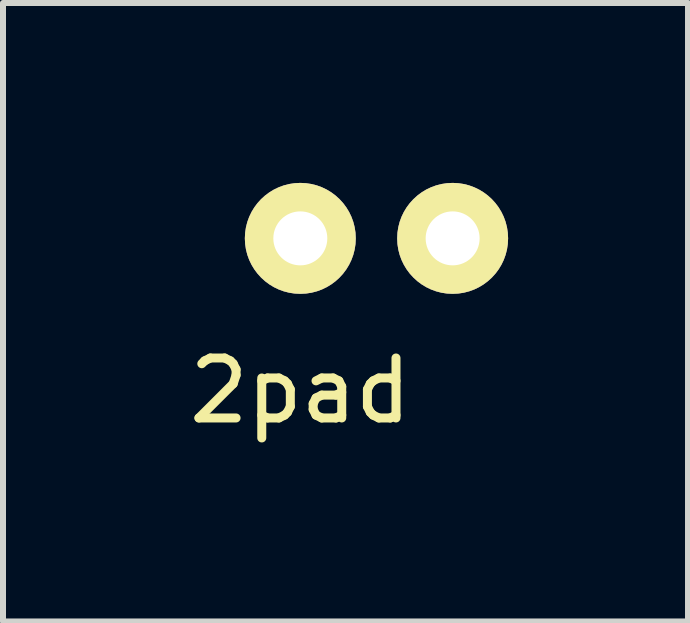
<source format=kicad_pcb>
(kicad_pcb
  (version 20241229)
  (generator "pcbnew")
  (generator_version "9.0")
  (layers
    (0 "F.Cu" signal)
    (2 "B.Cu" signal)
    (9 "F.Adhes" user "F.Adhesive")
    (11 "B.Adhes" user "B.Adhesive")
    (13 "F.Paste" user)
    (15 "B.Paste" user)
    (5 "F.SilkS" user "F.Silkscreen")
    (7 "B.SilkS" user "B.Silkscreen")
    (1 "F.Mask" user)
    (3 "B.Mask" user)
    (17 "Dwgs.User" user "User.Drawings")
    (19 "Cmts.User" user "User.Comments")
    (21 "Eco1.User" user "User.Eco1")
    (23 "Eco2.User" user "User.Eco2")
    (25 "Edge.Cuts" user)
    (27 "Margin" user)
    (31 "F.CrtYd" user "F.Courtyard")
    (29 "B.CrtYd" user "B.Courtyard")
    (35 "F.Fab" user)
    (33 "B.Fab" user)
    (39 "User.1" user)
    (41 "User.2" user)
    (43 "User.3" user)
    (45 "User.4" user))
  (footprint "2pad"
    (layer "F.Cu")
    (at 1.958 0.925)
    (property "Reference" "2pad" (at 0 2.54 0) (layer "F.SilkS") (effects (font (size 1 1) (thickness 0.15))))
    (attr through_hole)
    (pad "1" thru_hole circle (at 0 0) (size 1.85 1.85) (drill 0.9) (layers "*.Cu" "*.Mask" "F.SilkS"))
    (pad "2" thru_hole circle (at 2.54 0) (size 1.85 1.85) (drill 0.9) (layers "*.Cu" "*.Mask" "F.SilkS")))
  (gr_rect
    (start -3 -3)
    (end 8.423 7.313)
    (stroke (width 0.1) (type default))
    (fill no)
    (layer "Edge.Cuts")))
</source>
